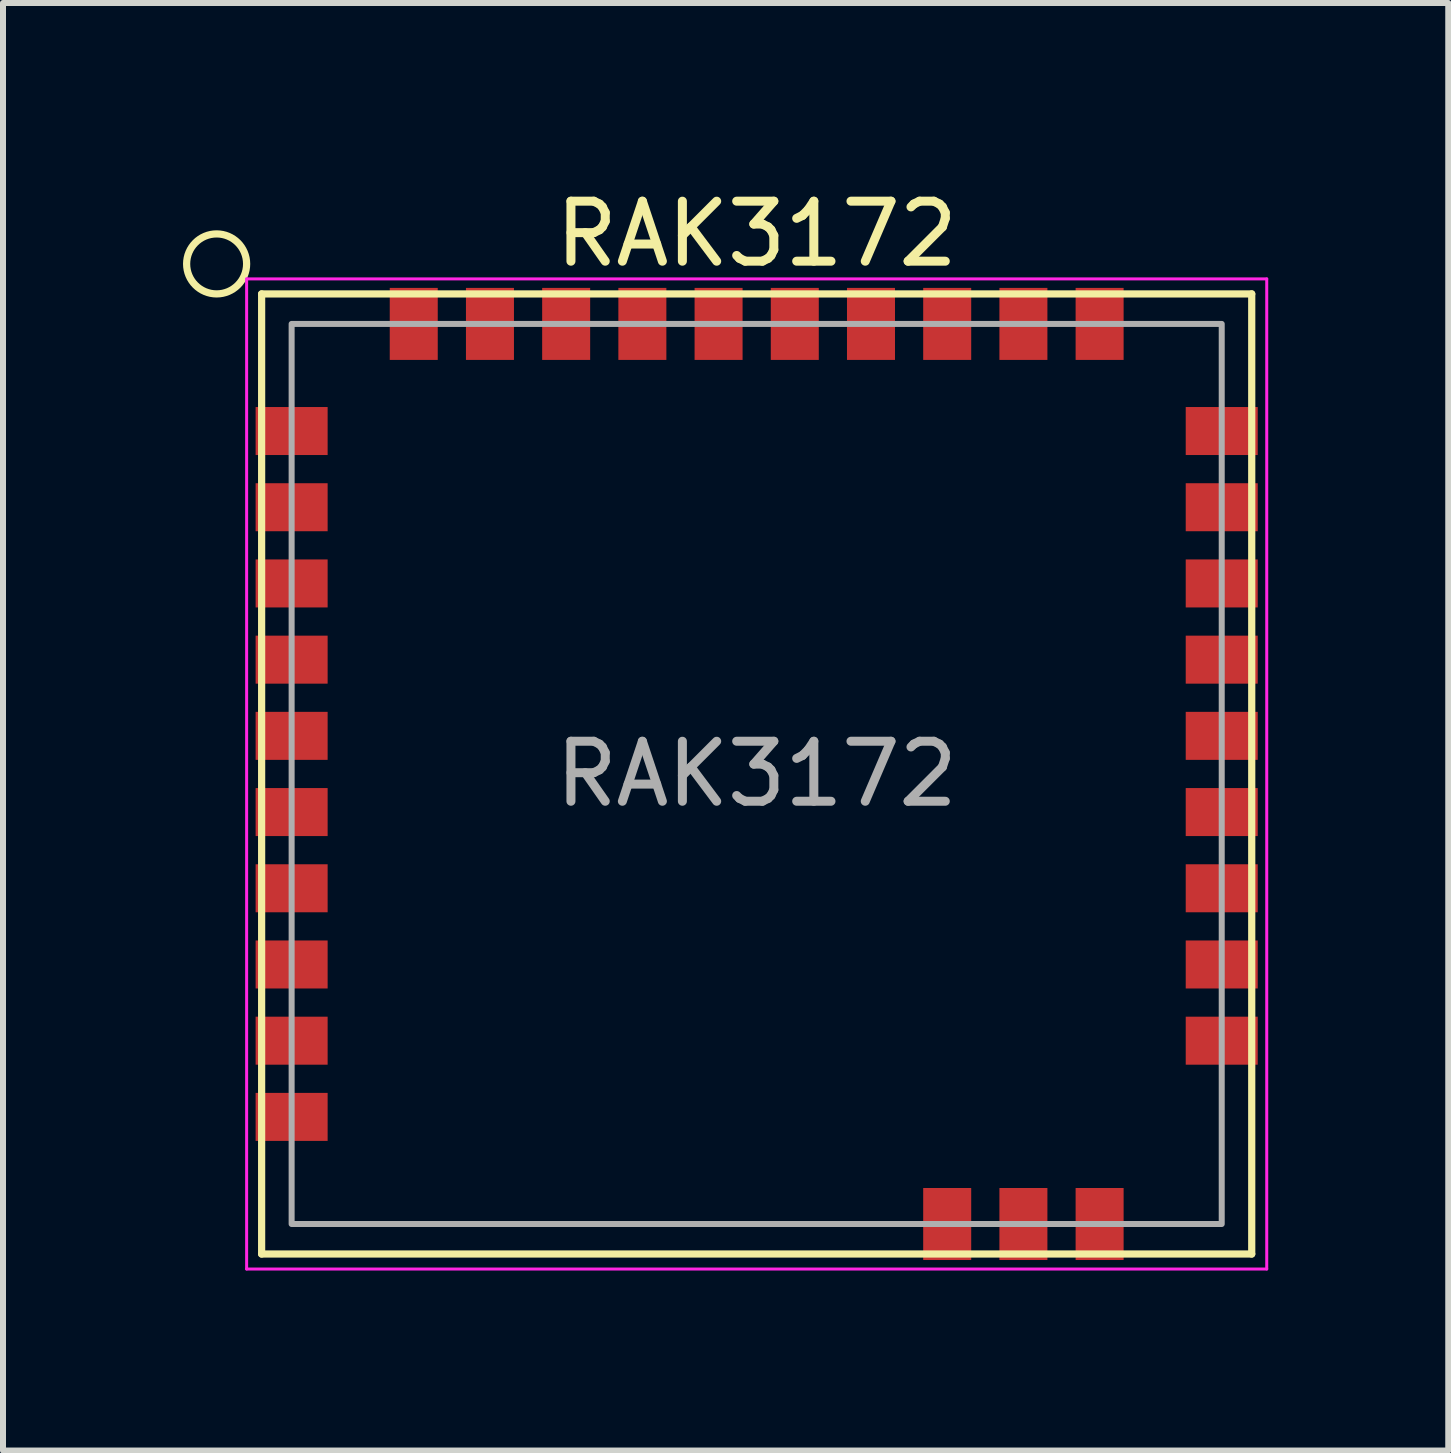
<source format=kicad_pcb>
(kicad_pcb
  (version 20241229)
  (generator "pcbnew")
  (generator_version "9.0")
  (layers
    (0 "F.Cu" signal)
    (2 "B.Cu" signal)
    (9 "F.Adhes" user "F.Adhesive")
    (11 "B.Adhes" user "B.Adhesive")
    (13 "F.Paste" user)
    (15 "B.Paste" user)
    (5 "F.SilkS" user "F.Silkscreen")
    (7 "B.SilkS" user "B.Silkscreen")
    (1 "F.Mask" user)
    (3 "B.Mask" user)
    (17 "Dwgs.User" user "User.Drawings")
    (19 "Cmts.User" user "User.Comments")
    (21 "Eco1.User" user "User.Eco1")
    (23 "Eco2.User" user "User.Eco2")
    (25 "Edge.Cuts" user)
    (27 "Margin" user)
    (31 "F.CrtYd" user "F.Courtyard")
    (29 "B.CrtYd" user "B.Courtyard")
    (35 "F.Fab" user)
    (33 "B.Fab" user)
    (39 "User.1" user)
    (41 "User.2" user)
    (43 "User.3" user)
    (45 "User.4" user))
  (footprint "RAK3172"
    (layer "F.Cu")
    (at 9.56 9.848)
    (property "Reference" "RAK3172" (at 0 -9 0) (layer "F.SilkS") (effects (font (size 1 1) (thickness 0.15))))
    (attr smd)
    (fp_line (start -8.25 -8) (end -8.25 8) (stroke (width 0.12) (type solid)) (layer "F.SilkS"))
    (fp_line (start -8.25 -8) (end 8.25 -8) (stroke (width 0.12) (type solid)) (layer "F.SilkS"))
    (fp_line (start -8.25 8) (end 8.25 8) (stroke (width 0.12) (type solid)) (layer "F.SilkS"))
    (fp_line (start 8.25 -8) (end 8.25 8) (stroke (width 0.12) (type solid)) (layer "F.SilkS"))
    (fp_circle (center -9 -8.5) (end -8.5 -8.5) (stroke (width 0.12) (type solid)) (fill no) (layer "F.SilkS"))
    (fp_line (start -8.5 -8.25) (end -8.5 8.25) (stroke (width 0.05) (type solid)) (layer "F.CrtYd"))
    (fp_line (start -8.5 -8.25) (end 8.5 -8.25) (stroke (width 0.05) (type solid)) (layer "F.CrtYd"))
    (fp_line (start -8.5 8.25) (end 8.5 8.25) (stroke (width 0.05) (type solid)) (layer "F.CrtYd"))
    (fp_line (start 8.5 -8.25) (end 8.5 8.25) (stroke (width 0.05) (type solid)) (layer "F.CrtYd"))
    (fp_rect (start -7.75 -7.5) (end 7.75 7.5) (stroke (width 0.1) (type solid)) (fill no) (layer "F.Fab"))
    (fp_text user "${REFERENCE}" (at 0 0 0) (layer "F.Fab") (effects (font (size 1 1) (thickness 0.15))))
    (pad "1" smd rect (at -7.75 5.715) (size 1.2 0.8) (layers "F.Cu" "F.Mask" "F.Paste"))
    (pad "2" smd rect (at -7.75 4.445) (size 1.2 0.8) (layers "F.Cu" "F.Mask" "F.Paste"))
    (pad "3" smd rect (at -7.75 3.175) (size 1.2 0.8) (layers "F.Cu" "F.Mask" "F.Paste"))
    (pad "4" smd rect (at -7.75 1.905) (size 1.2 0.8) (layers "F.Cu" "F.Mask" "F.Paste"))
    (pad "5" smd rect (at -7.75 0.635) (size 1.2 0.8) (layers "F.Cu" "F.Mask" "F.Paste"))
    (pad "6" smd rect (at -7.75 -0.635) (size 1.2 0.8) (layers "F.Cu" "F.Mask" "F.Paste"))
    (pad "7" smd rect (at -7.75 -1.905) (size 1.2 0.8) (layers "F.Cu" "F.Mask" "F.Paste"))
    (pad "8" smd rect (at -7.75 -3.175) (size 1.2 0.8) (layers "F.Cu" "F.Mask" "F.Paste"))
    (pad "9" smd rect (at -7.75 -4.445) (size 1.2 0.8) (layers "F.Cu" "F.Mask" "F.Paste"))
    (pad "10" smd rect (at -7.75 -5.715) (size 1.2 0.8) (layers "F.Cu" "F.Mask" "F.Paste"))
    (pad "11" smd rect (at -5.715 -7.5 90) (size 1.2 0.8) (layers "F.Cu" "F.Mask" "F.Paste"))
    (pad "12" smd rect (at -4.445 -7.5 90) (size 1.2 0.8) (layers "F.Cu" "F.Mask" "F.Paste"))
    (pad "13" smd rect (at -3.175 -7.5 90) (size 1.2 0.8) (layers "F.Cu" "F.Mask" "F.Paste"))
    (pad "14" smd rect (at -1.905 -7.5 90) (size 1.2 0.8) (layers "F.Cu" "F.Mask" "F.Paste"))
    (pad "15" smd rect (at -0.635 -7.5 90) (size 1.2 0.8) (layers "F.Cu" "F.Mask" "F.Paste"))
    (pad "16" smd rect (at 0.635 -7.5 90) (size 1.2 0.8) (layers "F.Cu" "F.Mask" "F.Paste"))
    (pad "17" smd rect (at 1.905 -7.5 90) (size 1.2 0.8) (layers "F.Cu" "F.Mask" "F.Paste"))
    (pad "18" smd rect (at 3.175 -7.5 90) (size 1.2 0.8) (layers "F.Cu" "F.Mask" "F.Paste"))
    (pad "19" smd rect (at 4.445 -7.5 90) (size 1.2 0.8) (layers "F.Cu" "F.Mask" "F.Paste"))
    (pad "20" smd rect (at 5.715 -7.5 90) (size 1.2 0.8) (layers "F.Cu" "F.Mask" "F.Paste"))
    (pad "21" smd rect (at 7.75 -5.715) (size 1.2 0.8) (layers "F.Cu" "F.Mask" "F.Paste"))
    (pad "22" smd rect (at 7.75 -4.445) (size 1.2 0.8) (layers "F.Cu" "F.Mask" "F.Paste"))
    (pad "23" smd rect (at 7.75 -3.175) (size 1.2 0.8) (layers "F.Cu" "F.Mask" "F.Paste"))
    (pad "24" smd rect (at 7.75 -1.905) (size 1.2 0.8) (layers "F.Cu" "F.Mask" "F.Paste"))
    (pad "25" smd rect (at 7.75 -0.635) (size 1.2 0.8) (layers "F.Cu" "F.Mask" "F.Paste"))
    (pad "26" smd rect (at 7.75 0.635) (size 1.2 0.8) (layers "F.Cu" "F.Mask" "F.Paste"))
    (pad "27" smd rect (at 7.75 1.905) (size 1.2 0.8) (layers "F.Cu" "F.Mask" "F.Paste"))
    (pad "28" smd rect (at 7.75 3.175) (size 1.2 0.8) (layers "F.Cu" "F.Mask" "F.Paste"))
    (pad "29" smd rect (at 7.75 4.445) (size 1.2 0.8) (layers "F.Cu" "F.Mask" "F.Paste"))
    (pad "30" smd rect (at 4.445 7.5 90) (size 1.2 0.8) (layers "F.Cu" "F.Mask" "F.Paste"))
    (pad "31" smd rect (at 5.715 7.5 90) (size 1.2 0.8) (layers "F.Cu" "F.Mask" "F.Paste"))
    (pad "32" smd rect (at 3.175 7.5 90) (size 1.2 0.8) (layers "F.Cu" "F.Mask" "F.Paste")))
  (gr_rect
    (start -3 -3)
    (end 21.085 21.123)
    (stroke (width 0.1) (type default))
    (fill no)
    (layer "Edge.Cuts")))
</source>
